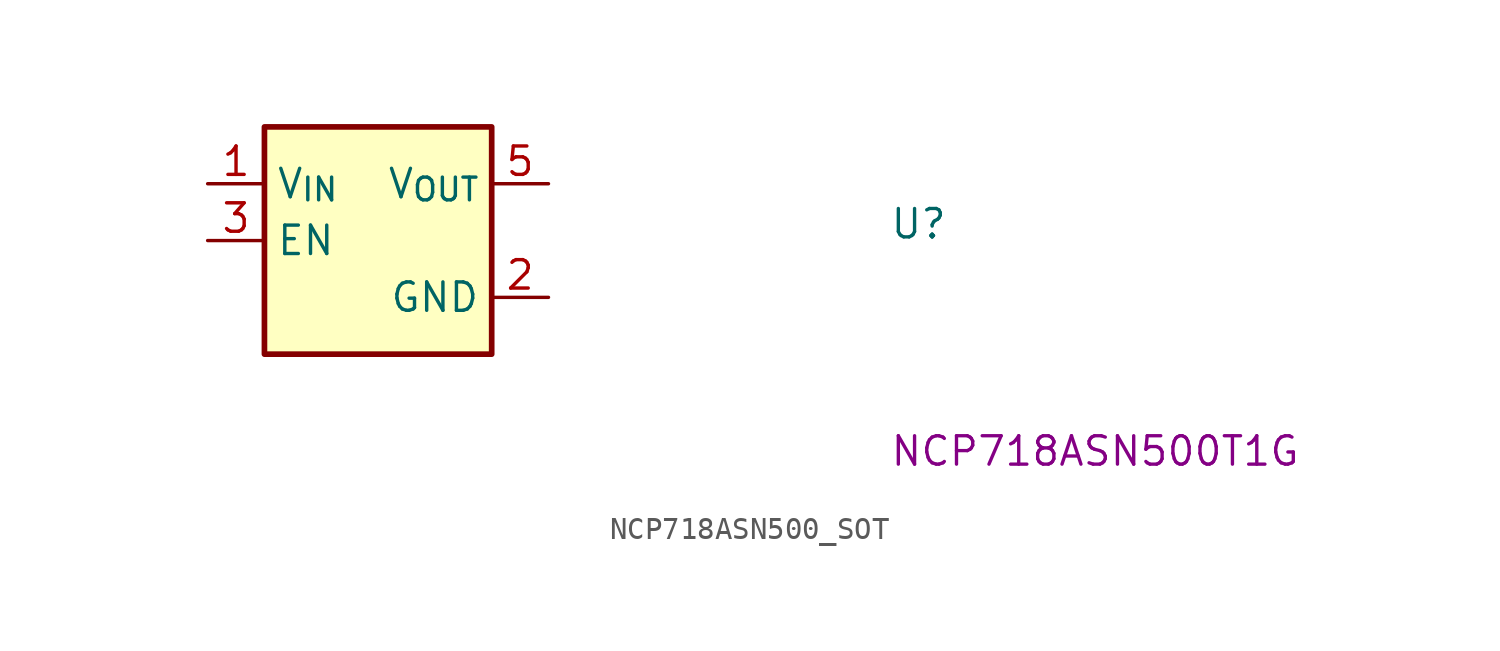
<source format=kicad_sym>
(kicad_symbol_lib
  (version 20220914)
  (generator kicad_symbol_editor)
  (symbol "NCP718ASN500_SOT"
    (property "Reference" "U"
      (at 30.48 -2.54 0)
      (effects (font (size 1.27 1.27) (thickness 0.15)) (justify left bottom)))
    (property "MPN" "NCP718ASN500T1G"
      (at 30.48 -12.7 0)
      (effects (font (size 1.27 1.27) (thickness 0.15)) (justify left bottom)))
    (symbol "NCP718ASN500_SOT_1_1"
      (rectangle (start 2.54 2.54) (end 12.7 -7.62) (stroke (width 0.254) (type default)) (fill (type background)))
      (pin power_in line (at 0 0 0) (length 2.54) (name "V_{IN}" (effects (font (size 1.27 1.27)))) (number "1" (effects (font (size 1.27 1.27)))))
      (pin power_in line (at 15.24 -5.08 180) (length 2.54) (name "GND" (effects (font (size 1.27 1.27)))) (number "2" (effects (font (size 1.27 1.27)))))
      (pin input line (at 0 -2.54 0) (length 2.54) (name "EN" (effects (font (size 1.27 1.27)))) (number "3" (effects (font (size 1.27 1.27)))))
      (pin no_connect line (at 12.7 -2.54 180) (length 2.54) hide (name "NC" (effects (font (size 1.27 1.27)))) (number "4" (effects (font (size 1.27 1.27)))))
      (pin power_out line (at 15.24 0 180) (length 2.54) (name "V_{OUT}" (effects (font (size 1.27 1.27)))) (number "5" (effects (font (size 1.27 1.27))))))))
</source>
